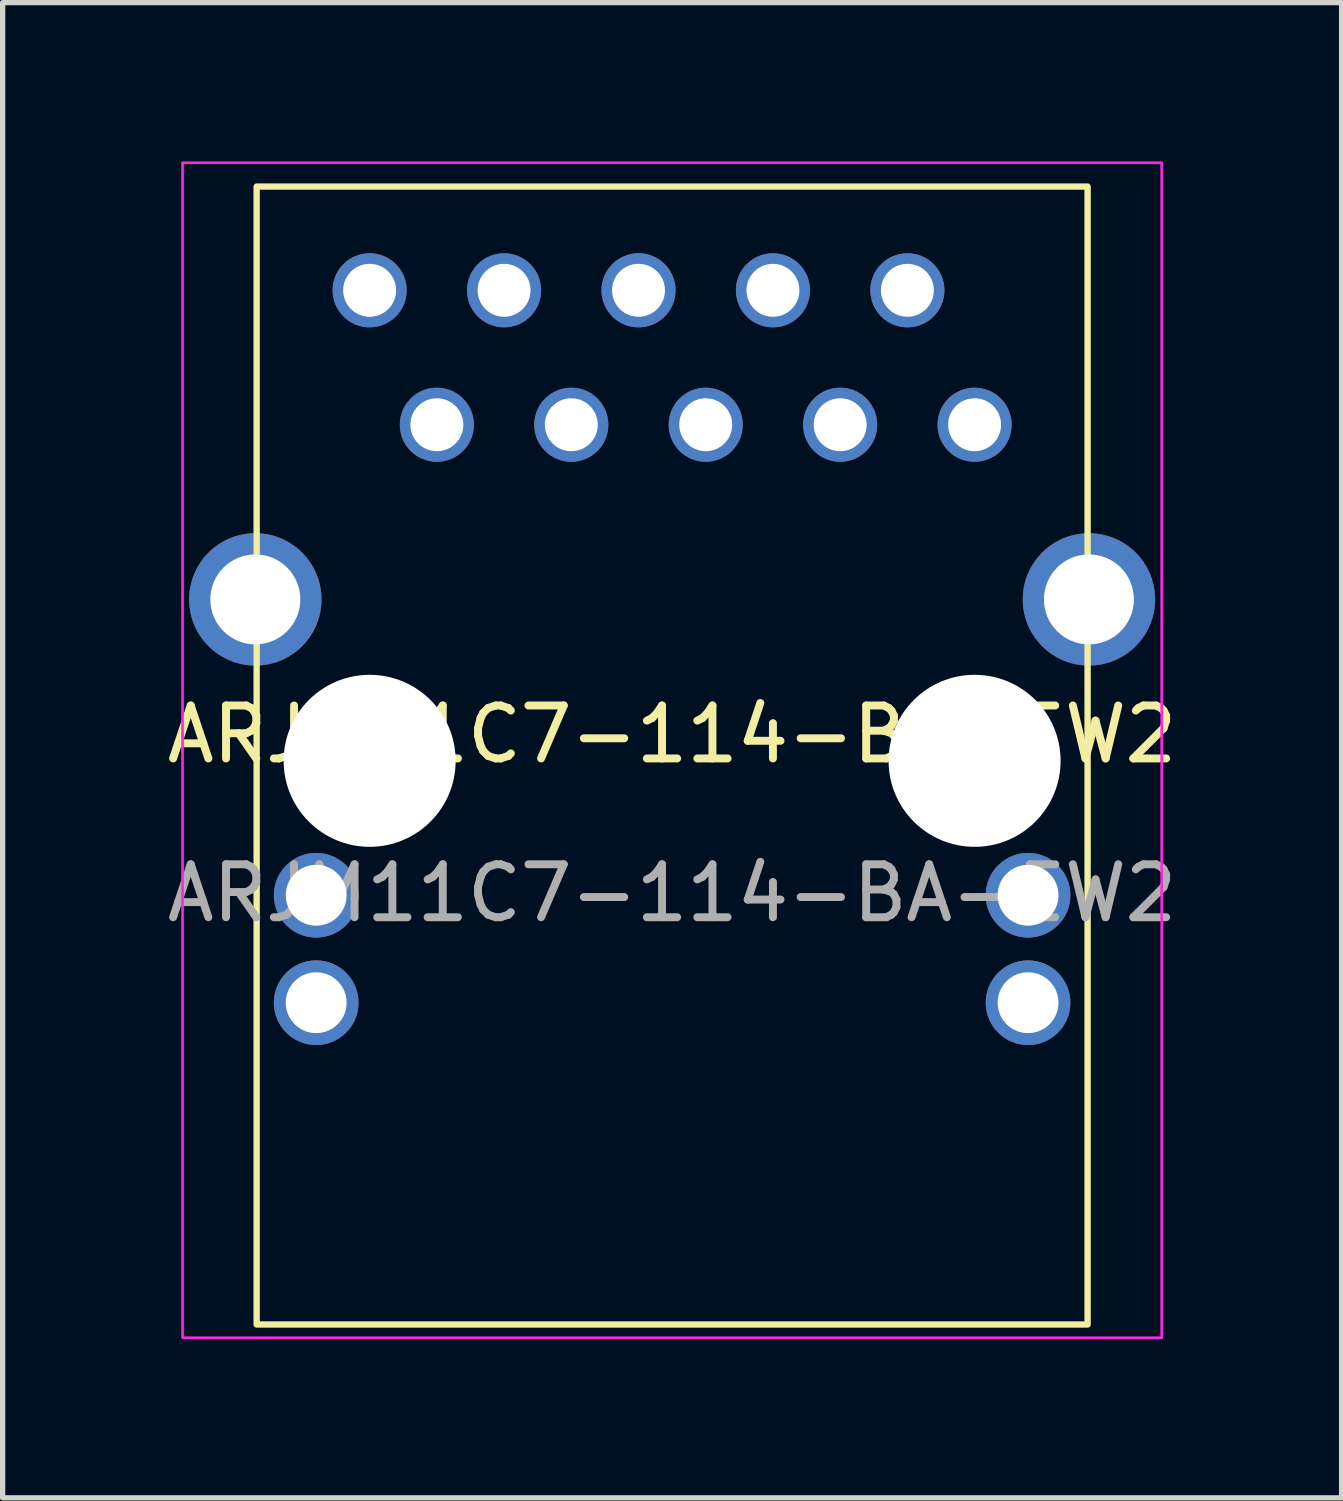
<source format=kicad_pcb>
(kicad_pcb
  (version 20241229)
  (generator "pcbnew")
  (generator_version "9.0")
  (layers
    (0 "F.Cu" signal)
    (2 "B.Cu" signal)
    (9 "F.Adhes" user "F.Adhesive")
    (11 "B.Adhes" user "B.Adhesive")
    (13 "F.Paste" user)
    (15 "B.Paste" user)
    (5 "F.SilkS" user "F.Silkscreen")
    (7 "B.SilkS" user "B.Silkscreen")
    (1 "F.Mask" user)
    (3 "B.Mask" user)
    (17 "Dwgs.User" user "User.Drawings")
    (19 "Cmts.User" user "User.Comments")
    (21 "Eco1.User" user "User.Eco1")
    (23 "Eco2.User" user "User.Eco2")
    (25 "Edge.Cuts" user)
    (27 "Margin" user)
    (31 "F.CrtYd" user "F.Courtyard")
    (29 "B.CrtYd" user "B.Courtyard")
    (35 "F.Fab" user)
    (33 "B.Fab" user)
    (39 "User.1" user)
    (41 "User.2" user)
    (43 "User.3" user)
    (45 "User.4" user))
  (footprint "ARJM11C7-114-BA-EW2"
    (layer "F.Cu")
    (at 9.649 11.325)
    (property "Reference" "ARJM11C7-114-BA-EW2" (at 0 -0.5 0) (unlocked yes) (layer "F.SilkS") (effects (font (size 1 1) (thickness 0.15))))
    (attr smd)
    (fp_rect (start -7.85 -10.85) (end 7.85 10.65) (stroke (width 0.12) (type default)) (fill no) (layer "F.SilkS"))
    (fp_rect (start -9.25 -11.3) (end 9.25 10.9) (stroke (width 0.05) (type default)) (fill no) (layer "F.CrtYd"))
    (fp_text user "${REFERENCE}" (at 0 2.5 0) (unlocked yes) (layer "F.Fab") (effects (font (size 1 1) (thickness 0.15))))
    (pad "" np_thru_hole circle (at -5.715 0) (size 3.25 3.25) (drill 3.25) (layers "*.Cu" "*.Mask"))
    (pad "" np_thru_hole circle (at 5.715 0) (size 3.25 3.25) (drill 3.25) (layers "*.Cu" "*.Mask"))
    (pad "1" thru_hole circle (at 5.715 -6.35) (size 1.4 1.4) (drill 1) (layers "*.Cu" "*.Mask") (remove_unused_layers yes) (keep_end_layers yes) (zone_layer_connections))
    (pad "2" thru_hole circle (at 4.445 -8.89) (size 1.4 1.4) (drill 1) (layers "*.Cu" "*.Mask") (remove_unused_layers yes) (keep_end_layers yes) (zone_layer_connections))
    (pad "3" thru_hole circle (at 3.175 -6.35) (size 1.4 1.4) (drill 1) (layers "*.Cu" "*.Mask") (remove_unused_layers yes) (keep_end_layers yes) (zone_layer_connections))
    (pad "4" thru_hole circle (at 1.905 -8.89) (size 1.4 1.4) (drill 1) (layers "*.Cu" "*.Mask") (remove_unused_layers yes) (keep_end_layers yes) (zone_layer_connections))
    (pad "5" thru_hole circle (at 0.635 -6.35) (size 1.4 1.4) (drill 1) (layers "*.Cu" "*.Mask") (remove_unused_layers yes) (keep_end_layers yes) (zone_layer_connections))
    (pad "6" thru_hole circle (at -0.635 -8.89) (size 1.4 1.4) (drill 1) (layers "*.Cu" "*.Mask") (remove_unused_layers yes) (keep_end_layers yes) (zone_layer_connections))
    (pad "7" thru_hole circle (at -1.905 -6.35) (size 1.4 1.4) (drill 1) (layers "*.Cu" "*.Mask") (remove_unused_layers yes) (keep_end_layers yes) (zone_layer_connections))
    (pad "8" thru_hole circle (at -3.175 -8.89) (size 1.4 1.4) (drill 1) (layers "*.Cu" "*.Mask") (remove_unused_layers yes) (keep_end_layers yes) (zone_layer_connections))
    (pad "9" thru_hole circle (at -4.445 -6.35) (size 1.4 1.4) (drill 1) (layers "*.Cu" "*.Mask") (remove_unused_layers yes) (keep_end_layers yes) (zone_layer_connections))
    (pad "10" thru_hole circle (at -5.715 -8.89) (size 1.4 1.4) (drill 1) (layers "*.Cu" "*.Mask") (remove_unused_layers yes) (keep_end_layers yes) (zone_layer_connections))
    (pad "11" thru_hole circle (at 6.725 2.54) (size 1.6 1.6) (drill 1.15) (layers "*.Cu" "*.Mask") (remove_unused_layers yes) (keep_end_layers yes) (zone_layer_connections))
    (pad "12" thru_hole circle (at 6.725 4.57) (size 1.6 1.6) (drill 1.15) (layers "*.Cu" "*.Mask") (remove_unused_layers yes) (keep_end_layers yes) (zone_layer_connections))
    (pad "13" thru_hole circle (at -6.725 2.54) (size 1.6 1.6) (drill 1.15) (layers "*.Cu" "*.Mask") (remove_unused_layers yes) (keep_end_layers yes) (zone_layer_connections))
    (pad "14" thru_hole circle (at -6.725 4.57) (size 1.6 1.6) (drill 1.15) (layers "*.Cu" "*.Mask") (remove_unused_layers yes) (keep_end_layers yes) (zone_layer_connections))
    (pad "15" thru_hole circle (at -7.875 -3.05) (size 2.5 2.5) (drill 1.7) (layers "*.Cu" "*.Mask") (remove_unused_layers yes) (keep_end_layers yes) (zone_layer_connections))
    (pad "15" thru_hole circle (at 7.875 -3.05) (size 2.5 2.5) (drill 1.7) (layers "*.Cu" "*.Mask") (remove_unused_layers yes) (keep_end_layers yes) (zone_layer_connections)))
  (gr_rect
    (start -3 -3)
    (end 22.298 25.25)
    (stroke (width 0.1) (type default))
    (fill no)
    (layer "Edge.Cuts")))
</source>
